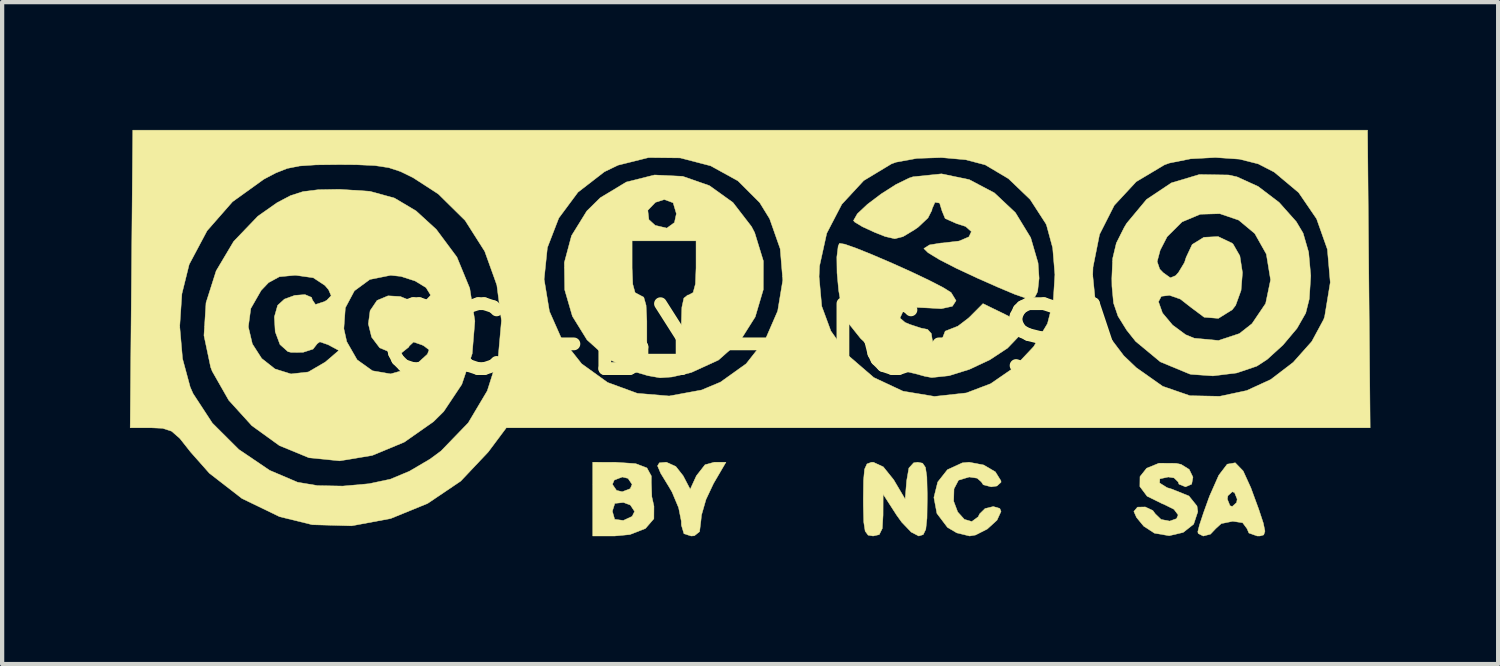
<source format=kicad_pcb>
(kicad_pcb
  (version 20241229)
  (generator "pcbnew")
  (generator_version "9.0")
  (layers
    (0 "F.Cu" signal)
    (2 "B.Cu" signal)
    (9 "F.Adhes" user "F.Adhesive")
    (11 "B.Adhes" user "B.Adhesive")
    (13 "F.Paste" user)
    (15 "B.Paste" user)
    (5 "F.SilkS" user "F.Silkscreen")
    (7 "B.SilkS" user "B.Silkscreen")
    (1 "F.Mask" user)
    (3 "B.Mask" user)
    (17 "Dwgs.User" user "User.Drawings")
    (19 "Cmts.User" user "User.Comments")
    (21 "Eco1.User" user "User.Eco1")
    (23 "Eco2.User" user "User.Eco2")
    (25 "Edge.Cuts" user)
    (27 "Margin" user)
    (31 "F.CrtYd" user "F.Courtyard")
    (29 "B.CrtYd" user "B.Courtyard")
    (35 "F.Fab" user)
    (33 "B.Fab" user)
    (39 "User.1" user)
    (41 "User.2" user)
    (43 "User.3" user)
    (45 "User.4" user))
  (footprint "CC-BY-NC-SA"
    (layer "F.Cu")
    (at 14.556 4.912)
    (property "Reference" "CC-BY-NC-SA" (at 0 0 0) (layer "F.SilkS") (effects (font (size 1.524 1.524) (thickness 0.3))))
    (attr through_hole)
    (fp_poly (pts (xy -0.861 3.387) (xy -1.037 3.761) (xy -1.142 4.126) (xy -1.155 4.253) (xy -1.187 4.515) (xy -1.309 4.612) (xy -1.385 4.618) (xy -1.554 4.564) (xy -1.614 4.363) (xy -1.616 4.27) (xy -1.679 3.955) (xy -1.834 3.586) (xy -1.905 3.464) (xy -2.101 3.143) (xy -2.174 2.971) (xy -2.131 2.9) (xy -1.974 2.886) (xy -1.966 2.886) (xy -1.746 2.985) (xy -1.573 3.204) (xy -1.407 3.521) (xy -1.262 3.204) (xy -1.059 2.945) (xy -0.843 2.886) (xy -0.568 2.886) (xy -0.861 3.387)) (stroke (width 0.01) (type solid)) (fill yes) (layer "F.SilkS"))
    (fp_poly (pts (xy 5.48 2.951) (xy 5.755 3.112) (xy 5.886 3.323) (xy 5.888 3.356) (xy 5.791 3.444) (xy 5.657 3.464) (xy 5.47 3.415) (xy 5.426 3.348) (xy 5.328 3.261) (xy 5.14 3.233) (xy 4.89 3.308) (xy 4.784 3.511) (xy 4.776 3.801) (xy 4.871 4.054) (xy 5.027 4.227) (xy 5.202 4.278) (xy 5.352 4.167) (xy 5.385 4.099) (xy 5.513 3.973) (xy 5.706 3.926) (xy 5.859 3.971) (xy 5.888 4.041) (xy 5.793 4.247) (xy 5.564 4.455) (xy 5.288 4.595) (xy 5.151 4.618) (xy 4.85 4.545) (xy 4.631 4.416) (xy 4.383 4.088) (xy 4.312 3.713) (xy 4.402 3.351) (xy 4.63 3.061) (xy 4.979 2.901) (xy 5.138 2.886) (xy 5.48 2.951)) (stroke (width 0.01) (type solid)) (fill yes) (layer "F.SilkS"))
    (fp_poly (pts (xy 11.571 3.092) (xy 11.751 3.486) (xy 11.936 3.99) (xy 12.044 4.317) (xy 12.082 4.505) (xy 12.053 4.592) (xy 11.964 4.617) (xy 11.9 4.618) (xy 11.705 4.548) (xy 11.661 4.445) (xy 11.558 4.307) (xy 11.327 4.272) (xy 11.056 4.327) (xy 10.926 4.445) (xy 10.803 4.575) (xy 10.631 4.619) (xy 10.515 4.558) (xy 10.506 4.517) (xy 10.544 4.364) (xy 10.644 4.062) (xy 10.756 3.752) (xy 11.199 3.752) (xy 11.261 3.906) (xy 11.315 3.925) (xy 11.417 3.832) (xy 11.43 3.752) (xy 11.368 3.599) (xy 11.315 3.579) (xy 11.212 3.673) (xy 11.199 3.752) (xy 10.756 3.752) (xy 10.782 3.68) (xy 10.998 3.192) (xy 11.196 2.932) (xy 11.385 2.899) (xy 11.571 3.092)) (stroke (width 0.01) (type solid)) (fill yes) (layer "F.SilkS"))
    (fp_poly (pts (xy 4.047 2.909) (xy 4.114 3.007) (xy 4.147 3.229) (xy 4.156 3.623) (xy 4.156 3.752) (xy 4.15 4.199) (xy 4.122 4.461) (xy 4.062 4.585) (xy 3.961 4.617) (xy 3.954 4.617) (xy 3.779 4.526) (xy 3.557 4.294) (xy 3.437 4.127) (xy 3.121 3.637) (xy 3.119 4.128) (xy 3.101 4.441) (xy 3.03 4.585) (xy 2.886 4.618) (xy 2.768 4.598) (xy 2.699 4.504) (xy 2.666 4.291) (xy 2.656 3.908) (xy 2.655 3.752) (xy 2.661 3.31) (xy 2.685 3.05) (xy 2.742 2.926) (xy 2.844 2.888) (xy 2.89 2.886) (xy 3.125 2.995) (xy 3.37 3.3) (xy 3.381 3.319) (xy 3.637 3.752) (xy 3.673 3.319) (xy 3.725 3.023) (xy 3.837 2.9) (xy 3.932 2.886) (xy 4.047 2.909)) (stroke (width 0.01) (type solid)) (fill yes) (layer "F.SilkS"))
    (fp_poly (pts (xy -3.146 2.888) (xy -2.688 2.919) (xy -2.423 3.02) (xy -2.319 3.21) (xy -2.32 3.361) (xy -2.308 3.695) (xy -2.258 3.918) (xy -2.26 4.213) (xy -2.458 4.442) (xy -2.823 4.584) (xy -3.188 4.618) (xy -3.695 4.618) (xy -3.695 4.041) (xy -3.233 4.041) (xy -3.18 4.226) (xy -2.984 4.252) (xy -2.973 4.251) (xy -2.77 4.157) (xy -2.713 4.041) (xy -2.811 3.892) (xy -2.973 3.831) (xy -3.176 3.852) (xy -3.233 4.031) (xy -3.233 4.041) (xy -3.695 4.041) (xy -3.695 3.406) (xy -3.233 3.406) (xy -3.136 3.547) (xy -3.002 3.579) (xy -2.814 3.507) (xy -2.771 3.406) (xy -2.867 3.265) (xy -3.002 3.233) (xy -3.19 3.305) (xy -3.233 3.406) (xy -3.695 3.406) (xy -3.695 2.886) (xy -3.146 2.888)) (stroke (width 0.01) (type solid)) (fill yes) (layer "F.SilkS"))
    (fp_poly (pts (xy 9.997 2.912) (xy 10.114 2.937) (xy 10.304 3.055) (xy 10.392 3.237) (xy 10.362 3.401) (xy 10.218 3.464) (xy 10.064 3.401) (xy 10.045 3.348) (xy 9.948 3.254) (xy 9.814 3.233) (xy 9.615 3.276) (xy 9.61 3.374) (xy 9.785 3.483) (xy 9.9 3.518) (xy 10.298 3.679) (xy 10.487 3.914) (xy 10.506 4.047) (xy 10.409 4.34) (xy 10.163 4.534) (xy 9.834 4.611) (xy 9.489 4.552) (xy 9.236 4.387) (xy 9.067 4.181) (xy 9.005 4.041) (xy 9.09 3.94) (xy 9.273 3.936) (xy 9.45 4.019) (xy 9.509 4.099) (xy 9.644 4.229) (xy 9.844 4.268) (xy 10.007 4.211) (xy 10.045 4.123) (xy 9.946 3.991) (xy 9.705 3.871) (xy 9.679 3.863) (xy 9.316 3.684) (xy 9.146 3.457) (xy 9.149 3.224) (xy 9.305 3.027) (xy 9.594 2.909) (xy 9.997 2.912)) (stroke (width 0.01) (type solid)) (fill yes) (layer "F.SilkS"))
    (fp_poly (pts (xy 5.141 -3.747) (xy 5.732 -3.435) (xy 6.225 -2.972) (xy 6.584 -2.384) (xy 6.757 -1.79) (xy 6.781 -1.431) (xy 6.748 -1.134) (xy 6.734 -1.091) (xy 6.684 -0.996) (xy 6.606 -0.953) (xy 6.46 -0.969) (xy 6.21 -1.055) (xy 5.82 -1.219) (xy 5.338 -1.432) (xy 4.845 -1.662) (xy 4.444 -1.868) (xy 4.176 -2.031) (xy 4.078 -2.127) (xy 4.078 -2.131) (xy 4.209 -2.214) (xy 4.477 -2.258) (xy 4.52 -2.26) (xy 4.904 -2.305) (xy 5.134 -2.403) (xy 5.192 -2.526) (xy 5.057 -2.647) (xy 4.849 -2.713) (xy 4.576 -2.834) (xy 4.503 -3.011) (xy 4.446 -3.197) (xy 4.338 -3.215) (xy 4.268 -3.057) (xy 4.267 -3.031) (xy 4.173 -2.847) (xy 3.944 -2.631) (xy 3.847 -2.564) (xy 3.586 -2.408) (xy 3.394 -2.359) (xy 3.169 -2.411) (xy 2.929 -2.506) (xy 2.633 -2.642) (xy 2.452 -2.752) (xy 2.425 -2.786) (xy 2.516 -2.945) (xy 2.752 -3.167) (xy 3.074 -3.41) (xy 3.42 -3.631) (xy 3.733 -3.784) (xy 3.822 -3.813) (xy 4.491 -3.882) (xy 5.141 -3.747)) (stroke (width 0.01) (type solid)) (fill yes) (layer "F.SilkS"))
    (fp_poly (pts (xy 2.22 -2.231) (xy 2.5 -2.132) (xy 2.888 -1.975) (xy 3.335 -1.783) (xy 3.79 -1.578) (xy 4.204 -1.381) (xy 4.528 -1.214) (xy 4.711 -1.1) (xy 4.718 -1.093) (xy 4.832 -0.906) (xy 4.746 -0.774) (xy 4.486 -0.717) (xy 4.21 -0.733) (xy 3.833 -0.751) (xy 3.614 -0.67) (xy 3.578 -0.633) (xy 3.516 -0.498) (xy 3.634 -0.396) (xy 3.747 -0.348) (xy 4.009 -0.262) (xy 4.164 -0.231) (xy 4.252 -0.134) (xy 4.272 0) (xy 4.32 0.188) (xy 4.387 0.231) (xy 4.481 0.134) (xy 4.503 0) (xy 4.577 -0.19) (xy 4.681 -0.231) (xy 4.876 -0.308) (xy 5.123 -0.496) (xy 5.162 -0.533) (xy 5.464 -0.836) (xy 5.976 -0.587) (xy 6.276 -0.432) (xy 6.402 -0.32) (xy 6.389 -0.198) (xy 6.32 -0.083) (xy 6.04 0.209) (xy 5.625 0.482) (xy 5.145 0.707) (xy 4.667 0.856) (xy 4.261 0.899) (xy 4.099 0.869) (xy 3.907 0.816) (xy 3.663 0.758) (xy 3.341 0.611) (xy 2.961 0.332) (xy 2.591 -0.02) (xy 2.299 -0.386) (xy 2.225 -0.511) (xy 2.141 -0.772) (xy 2.077 -1.145) (xy 2.039 -1.556) (xy 2.034 -1.929) (xy 2.066 -2.188) (xy 2.097 -2.251) (xy 2.22 -2.231)) (stroke (width 0.01) (type solid)) (fill yes) (layer "F.SilkS"))
    (fp_poly (pts (xy -1.584 -3.824) (xy -0.956 -3.605) (xy -0.404 -3.209) (xy 0.031 -2.645) (xy 0.105 -2.504) (xy 0.31 -1.837) (xy 0.308 -1.164) (xy 0.119 -0.525) (xy -0.238 0.04) (xy -0.743 0.488) (xy -1.377 0.778) (xy -1.451 0.798) (xy -1.836 0.885) (xy -2.114 0.905) (xy -2.402 0.854) (xy -2.687 0.77) (xy -3.332 0.463) (xy -3.829 0.014) (xy -4.172 -0.54) (xy -4.352 -1.158) (xy -4.361 -1.801) (xy -4.225 -2.309) (xy -2.771 -2.309) (xy -2.771 -1.674) (xy -2.755 -1.291) (xy -2.701 -1.094) (xy -2.598 -1.039) (xy -2.497 -0.986) (xy -2.443 -0.797) (xy -2.425 -0.43) (xy -2.425 -0.346) (xy -2.425 0.346) (xy -1.616 0.346) (xy -1.616 -0.346) (xy -1.603 -0.749) (xy -1.556 -0.965) (xy -1.464 -1.038) (xy -1.443 -1.039) (xy -1.339 -1.096) (xy -1.285 -1.296) (xy -1.27 -1.674) (xy -1.27 -2.309) (xy -2.771 -2.309) (xy -4.225 -2.309) (xy -4.192 -2.431) (xy -3.835 -3.008) (xy -3.816 -3.027) (xy -2.402 -3.027) (xy -2.377 -2.808) (xy -2.229 -2.673) (xy -1.956 -2.608) (xy -1.777 -2.739) (xy -1.732 -2.947) (xy -1.808 -3.203) (xy -2.015 -3.279) (xy -2.223 -3.213) (xy -2.402 -3.027) (xy -3.816 -3.027) (xy -3.519 -3.32) (xy -2.906 -3.69) (xy -2.247 -3.855) (xy -1.584 -3.824)) (stroke (width 0.01) (type solid)) (fill yes) (layer "F.SilkS"))
    (fp_poly (pts (xy 11.231 -3.855) (xy 11.424 -3.812) (xy 11.922 -3.586) (xy 12.414 -3.212) (xy 12.817 -2.76) (xy 12.977 -2.491) (xy 13.107 -2.043) (xy 13.157 -1.49) (xy 13.122 -0.945) (xy 13.039 -0.614) (xy 12.834 -0.255) (xy 12.505 0.136) (xy 12.133 0.474) (xy 11.892 0.631) (xy 11.419 0.791) (xy 10.862 0.86) (xy 10.351 0.824) (xy 10.315 0.816) (xy 9.627 0.531) (xy 9.047 0.05) (xy 8.836 -0.215) (xy 8.633 -0.542) (xy 8.528 -0.85) (xy 8.491 -1.244) (xy 8.488 -1.43) (xy 8.505 -1.823) (xy 9.552 -1.823) (xy 9.612 -1.647) (xy 9.694 -1.562) (xy 9.862 -1.442) (xy 9.986 -1.493) (xy 10.052 -1.567) (xy 10.193 -1.8) (xy 10.232 -1.922) (xy 10.374 -2.224) (xy 10.648 -2.393) (xy 10.983 -2.41) (xy 11.309 -2.255) (xy 11.334 -2.233) (xy 11.493 -1.957) (xy 11.554 -1.564) (xy 11.521 -1.146) (xy 11.394 -0.796) (xy 11.315 -0.693) (xy 10.989 -0.49) (xy 10.655 -0.517) (xy 10.343 -0.75) (xy 10.097 -0.942) (xy 9.843 -1.031) (xy 9.65 -1.008) (xy 9.583 -0.881) (xy 9.677 -0.616) (xy 9.914 -0.333) (xy 10.222 -0.106) (xy 10.42 -0.025) (xy 10.991 0.029) (xy 11.482 -0.133) (xy 11.777 -0.365) (xy 12.098 -0.839) (xy 12.214 -1.394) (xy 12.116 -1.989) (xy 12.111 -2.005) (xy 11.843 -2.481) (xy 11.465 -2.796) (xy 11.022 -2.947) (xy 10.564 -2.934) (xy 10.136 -2.754) (xy 9.786 -2.406) (xy 9.623 -2.09) (xy 9.552 -1.823) (xy 8.505 -1.823) (xy 8.508 -1.898) (xy 8.594 -2.257) (xy 8.778 -2.623) (xy 8.836 -2.72) (xy 9.304 -3.282) (xy 9.886 -3.67) (xy 10.542 -3.866) (xy 11.231 -3.855)) (stroke (width 0.01) (type solid)) (fill yes) (layer "F.SilkS"))
    (fp_poly (pts (xy -8.924 -3.472) (xy -8.349 -3.314) (xy -7.842 -3.013) (xy -7.367 -2.579) (xy -6.882 -1.927) (xy -6.581 -1.196) (xy -6.461 -0.427) (xy -6.524 0.339) (xy -6.768 1.06) (xy -7.192 1.696) (xy -7.432 1.934) (xy -8.12 2.416) (xy -8.87 2.727) (xy -9.633 2.854) (xy -10.353 2.782) (xy -11.048 2.496) (xy -11.695 2.029) (xy -12.238 1.431) (xy -12.625 0.752) (xy -12.662 0.656) (xy -12.819 -0.088) (xy -12.806 -0.292) (xy -11.778 -0.292) (xy -11.683 0.11) (xy -11.464 0.451) (xy -11.152 0.697) (xy -10.777 0.814) (xy -10.37 0.768) (xy -9.971 0.535) (xy -9.654 0.263) (xy -9.907 0.127) (xy -10.1 0.061) (xy -10.16 0.104) (xy -10.259 0.231) (xy -10.494 0.307) (xy -10.769 0.309) (xy -10.849 0.29) (xy -11.035 0.124) (xy -11.147 -0.177) (xy -11.151 -0.248) (xy -9.536 -0.248) (xy -9.468 0.057) (xy -9.224 0.483) (xy -8.864 0.74) (xy -8.438 0.813) (xy -7.998 0.688) (xy -7.778 0.535) (xy -7.575 0.351) (xy -7.536 0.249) (xy -7.648 0.162) (xy -7.702 0.133) (xy -7.9 0.065) (xy -8.002 0.159) (xy -8.012 0.183) (xy -8.179 0.317) (xy -8.398 0.325) (xy -8.695 0.201) (xy -8.884 -0.049) (xy -8.961 -0.361) (xy -8.92 -0.67) (xy -8.757 -0.911) (xy -8.499 -1.019) (xy -8.21 -1.003) (xy -8.032 -0.93) (xy -7.835 -0.865) (xy -7.622 -0.904) (xy -7.507 -1.024) (xy -7.505 -1.045) (xy -7.607 -1.212) (xy -7.862 -1.367) (xy -8.195 -1.475) (xy -8.438 -1.501) (xy -8.926 -1.403) (xy -9.289 -1.136) (xy -9.501 -0.738) (xy -9.536 -0.248) (xy -11.151 -0.248) (xy -11.167 -0.524) (xy -11.09 -0.796) (xy -10.93 -0.942) (xy -10.688 -1.03) (xy -10.448 -1.048) (xy -10.294 -0.983) (xy -10.275 -0.924) (xy -10.202 -0.816) (xy -9.991 -0.884) (xy -9.934 -0.918) (xy -9.834 -1.022) (xy -9.894 -1.162) (xy -9.98 -1.263) (xy -10.253 -1.443) (xy -10.664 -1.501) (xy -10.687 -1.501) (xy -11.049 -1.467) (xy -11.303 -1.329) (xy -11.477 -1.146) (xy -11.72 -0.722) (xy -11.778 -0.292) (xy -12.806 -0.292) (xy -12.771 -0.856) (xy -12.533 -1.605) (xy -12.122 -2.296) (xy -11.554 -2.888) (xy -11.103 -3.205) (xy -10.788 -3.371) (xy -10.493 -3.466) (xy -10.134 -3.51) (xy -9.64 -3.519) (xy -8.924 -3.472)) (stroke (width 0.01) (type solid)) (fill yes) (layer "F.SilkS"))
    (fp_poly (pts (xy 14.52 -1.414) (xy 14.551 2.078) (xy -5.723 2.078) (xy -6.148 2.647) (xy -6.793 3.33) (xy -7.57 3.854) (xy -8.437 4.208) (xy -9.353 4.379) (xy -10.276 4.353) (xy -11.046 4.164) (xy -11.928 3.737) (xy -12.692 3.145) (xy -13.133 2.647) (xy -13.383 2.33) (xy -13.578 2.159) (xy -13.789 2.09) (xy -14.054 2.078) (xy -14.551 2.078) (xy -14.53 -0.302) (xy -13.388 -0.302) (xy -13.322 0.457) (xy -13.142 1.123) (xy -13.075 1.275) (xy -12.622 1.968) (xy -12.001 2.587) (xy -11.277 3.077) (xy -10.622 3.356) (xy -10.152 3.435) (xy -9.561 3.446) (xy -8.947 3.391) (xy -8.447 3.285) (xy -7.998 3.098) (xy -7.512 2.812) (xy -7.255 2.622) (xy -6.617 1.962) (xy -6.17 1.211) (xy -5.912 0.401) (xy -5.837 -0.437) (xy -5.945 -1.269) (xy -5.994 -1.408) (xy -4.836 -1.408) (xy -4.711 -0.655) (xy -4.436 -0.033) (xy -3.955 0.576) (xy -3.346 1.014) (xy -2.649 1.269) (xy -1.901 1.332) (xy -1.141 1.192) (xy -0.697 1.006) (xy -0.094 0.575) (xy 0.356 0.004) (xy 0.646 -0.664) (xy 0.766 -1.387) (xy 0.759 -1.468) (xy 1.617 -1.468) (xy 1.68 -0.775) (xy 1.894 -0.194) (xy 2.29 0.365) (xy 2.312 0.39) (xy 2.901 0.898) (xy 3.587 1.219) (xy 4.326 1.342) (xy 5.074 1.26) (xy 5.645 1.043) (xy 6.184 0.671) (xy 6.654 0.172) (xy 6.978 -0.368) (xy 6.979 -0.372) (xy 7.113 -0.892) (xy 7.151 -1.501) (xy 8.04 -1.501) (xy 8.112 -0.783) (xy 8.345 -0.173) (xy 8.767 0.385) (xy 9.063 0.668) (xy 9.682 1.104) (xy 10.322 1.325) (xy 11.021 1.339) (xy 11.654 1.204) (xy 12.216 0.946) (xy 12.745 0.542) (xy 13.181 0.052) (xy 13.46 -0.465) (xy 13.483 -0.533) (xy 13.615 -1.334) (xy 13.547 -2.111) (xy 13.294 -2.826) (xy 12.873 -3.442) (xy 12.299 -3.923) (xy 11.924 -4.116) (xy 11.482 -4.227) (xy 10.92 -4.266) (xy 10.339 -4.235) (xy 9.839 -4.135) (xy 9.723 -4.093) (xy 9.06 -3.697) (xy 8.545 -3.142) (xy 8.2 -2.461) (xy 8.046 -1.689) (xy 8.04 -1.501) (xy 7.151 -1.501) (xy 7.152 -1.518) (xy 7.1 -2.145) (xy 6.957 -2.672) (xy 6.939 -2.713) (xy 6.572 -3.28) (xy 6.062 -3.769) (xy 5.517 -4.093) (xy 5.059 -4.213) (xy 4.491 -4.264) (xy 3.913 -4.245) (xy 3.426 -4.156) (xy 3.316 -4.116) (xy 2.666 -3.724) (xy 2.151 -3.168) (xy 1.797 -2.487) (xy 1.628 -1.719) (xy 1.617 -1.468) (xy 0.759 -1.468) (xy 0.705 -2.122) (xy 0.457 -2.828) (xy 0.223 -3.208) (xy -0.288 -3.718) (xy -0.927 -4.07) (xy -1.642 -4.256) (xy -2.383 -4.264) (xy -3.101 -4.085) (xy -3.42 -3.931) (xy -4.041 -3.451) (xy -4.491 -2.845) (xy -4.759 -2.151) (xy -4.836 -1.408) (xy -5.994 -1.408) (xy -6.23 -2.064) (xy -6.69 -2.788) (xy -7.321 -3.41) (xy -7.909 -3.791) (xy -8.205 -3.936) (xy -8.481 -4.027) (xy -8.805 -4.076) (xy -9.244 -4.096) (xy -9.64 -4.099) (xy -10.187 -4.093) (xy -10.573 -4.067) (xy -10.865 -4.009) (xy -11.134 -3.903) (xy -11.413 -3.756) (xy -12.149 -3.227) (xy -12.746 -2.546) (xy -13.162 -1.764) (xy -13.168 -1.749) (xy -13.337 -1.067) (xy -13.388 -0.302) (xy -14.53 -0.302) (xy -14.52 -1.414) (xy -14.49 -4.907) (xy 14.49 -4.907) (xy 14.52 -1.414)) (stroke (width 0.01) (type solid)) (fill yes) (layer "F.SilkS")))
  (gr_rect
    (start -3 -3)
    (end 32.111 12.535)
    (stroke (width 0.1) (type default))
    (fill no)
    (layer "Edge.Cuts")))
</source>
